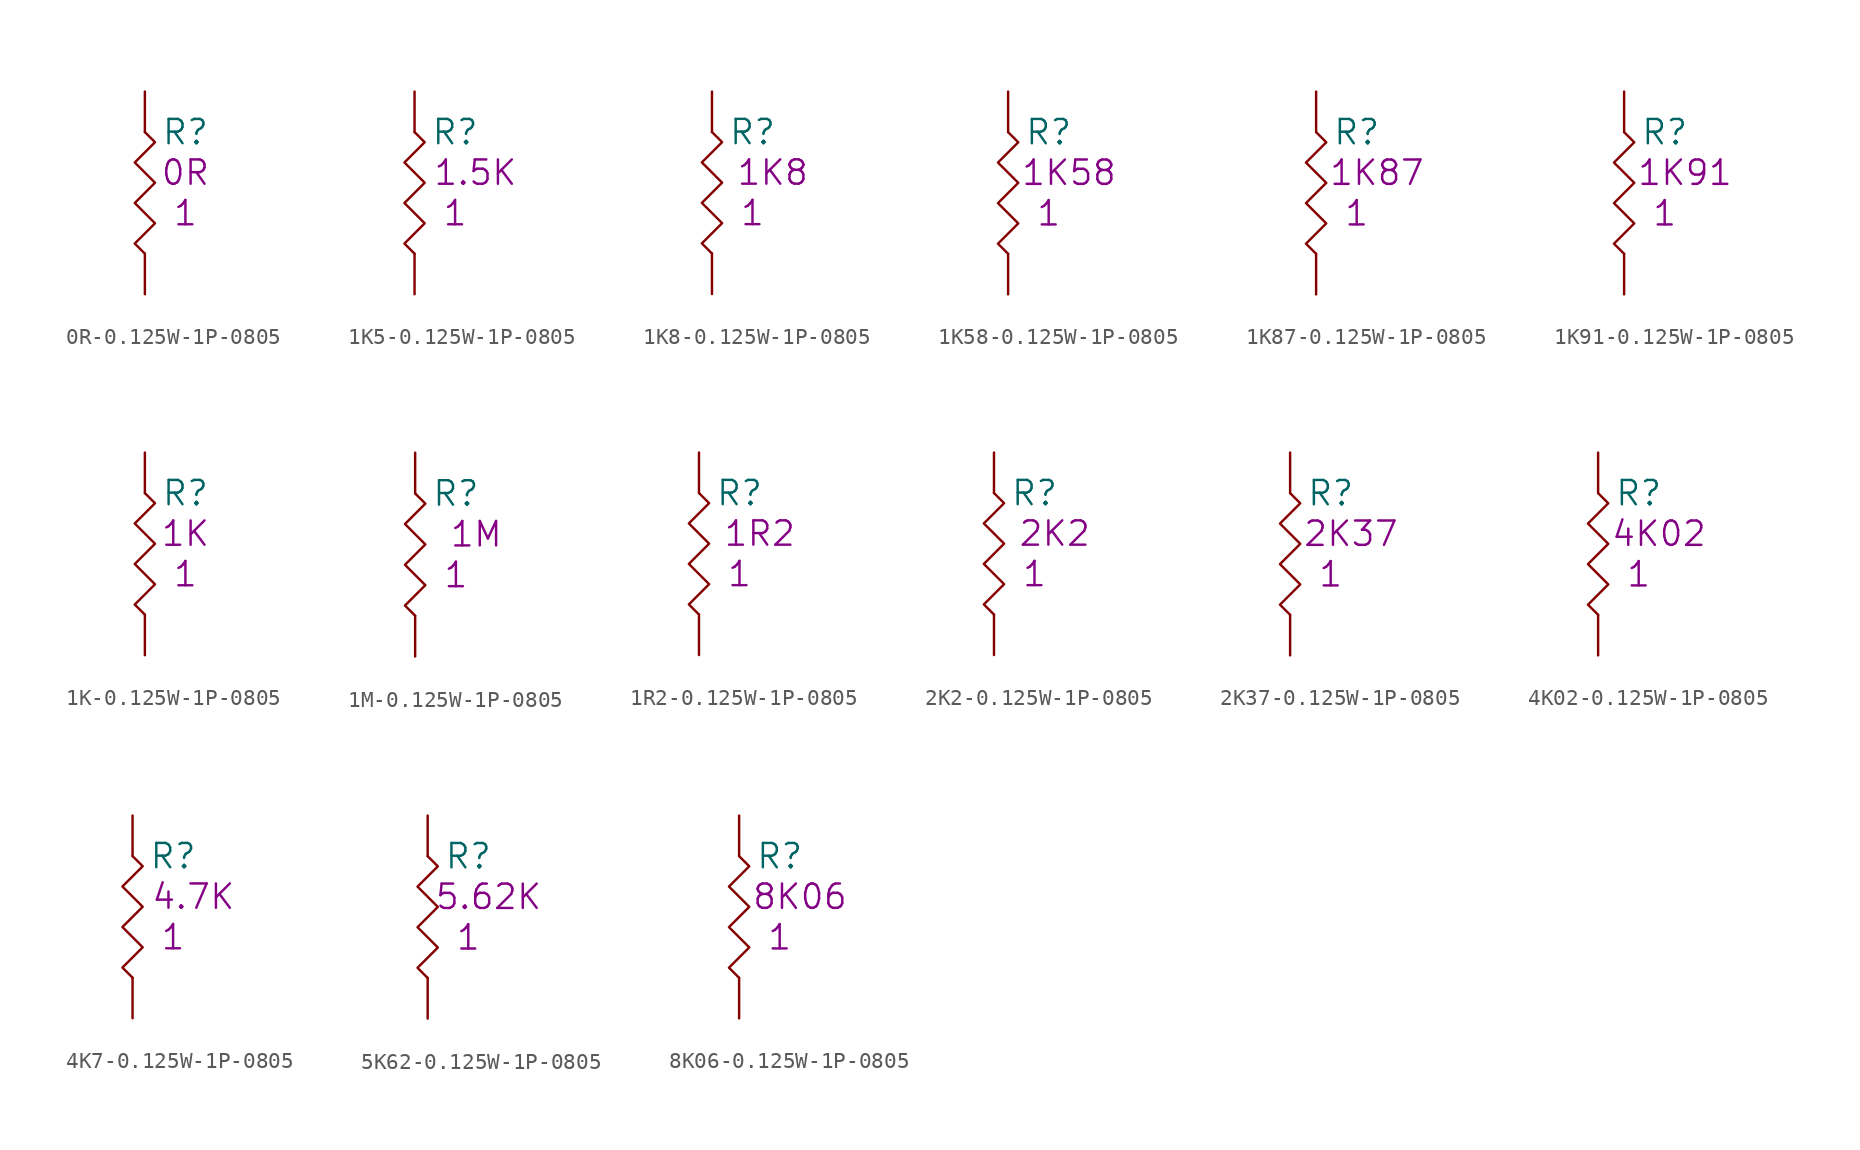
<source format=kicad_sym>
(kicad_symbol_lib
  (version 20201005)
  (generator kicad_symbol_editor)
  (symbol "0R-0.125W-1P-0805"
    (pin_numbers hide)
    (pin_names
      (offset 1.27) hide)
    (property "Reference" "R"
      (at 2.54 -2.54 0)
      (effects (font (size 1.524 1.524))))
    (property "Qty" "1"
      (at 2.54 -7.62 0)
      (effects (font (size 1.524 1.524))))
    (property "Desc1" "0R"
      (at 2.54 -5.08 0)
      (effects (font (size 1.524 1.524))))
    (symbol "0R-0.125W-1P-0805_0_1"
      (polyline (pts (xy 0 -2.54) (xy 0.635 -3.175) (xy -0.635 -4.445) (xy 0.635 -5.715) (xy -0.635 -6.985) (xy 0.635 -8.255) (xy -0.635 -9.525) (xy 0 -10.16)) (stroke (width 0)) (fill (type none))))
    (symbol "0R-0.125W-1P-0805_1_1"
      (pin passive line (at 0 0 270) (length 2.54) (name "1" (effects (font (size 1.27 1.27)))) (number "1" (effects (font (size 1.27 1.27)))))
      (pin passive line (at 0 -12.7 90) (length 2.54) (name "2" (effects (font (size 1.27 1.27)))) (number "2" (effects (font (size 1.27 1.27)))))))
  (symbol "1K5-0.125W-1P-0805"
    (pin_numbers hide)
    (pin_names
      (offset 1.27) hide)
    (property "Reference" "R"
      (at 2.54 -2.54 0)
      (effects (font (size 1.524 1.524))))
    (property "Qty" "1"
      (at 2.54 -7.62 0)
      (effects (font (size 1.524 1.524))))
    (property "Desc1" "1.5K"
      (at 3.81 -5.08 0)
      (effects (font (size 1.524 1.524))))
    (symbol "1K5-0.125W-1P-0805_0_1"
      (polyline (pts (xy 0 -2.54) (xy 0.635 -3.175) (xy -0.635 -4.445) (xy 0.635 -5.715) (xy -0.635 -6.985) (xy 0.635 -8.255) (xy -0.635 -9.525) (xy 0 -10.16)) (stroke (width 0)) (fill (type none))))
    (symbol "1K5-0.125W-1P-0805_1_1"
      (pin passive line (at 0 0 270) (length 2.54) (name "1" (effects (font (size 1.27 1.27)))) (number "1" (effects (font (size 1.27 1.27)))))
      (pin passive line (at 0 -12.7 90) (length 2.54) (name "2" (effects (font (size 1.27 1.27)))) (number "2" (effects (font (size 1.27 1.27)))))))
  (symbol "1K8-0.125W-1P-0805"
    (pin_numbers hide)
    (pin_names
      (offset 1.27) hide)
    (property "Reference" "R"
      (at 2.54 -2.54 0)
      (effects (font (size 1.524 1.524))))
    (property "Qty" "1"
      (at 2.54 -7.62 0)
      (effects (font (size 1.524 1.524))))
    (property "Desc1" "1K8"
      (at 3.81 -5.08 0)
      (effects (font (size 1.524 1.524))))
    (symbol "1K8-0.125W-1P-0805_0_1"
      (polyline (pts (xy 0 -2.54) (xy 0.635 -3.175) (xy -0.635 -4.445) (xy 0.635 -5.715) (xy -0.635 -6.985) (xy 0.635 -8.255) (xy -0.635 -9.525) (xy 0 -10.16)) (stroke (width 0)) (fill (type none))))
    (symbol "1K8-0.125W-1P-0805_1_1"
      (pin passive line (at 0 0 270) (length 2.54) (name "1" (effects (font (size 1.27 1.27)))) (number "1" (effects (font (size 1.27 1.27)))))
      (pin passive line (at 0 -12.7 90) (length 2.54) (name "2" (effects (font (size 1.27 1.27)))) (number "2" (effects (font (size 1.27 1.27)))))))
  (symbol "1K58-0.125W-1P-0805"
    (pin_numbers hide)
    (pin_names
      (offset 1.27) hide)
    (property "Reference" "R"
      (at 2.54 -2.54 0)
      (effects (font (size 1.524 1.524))))
    (property "Qty" "1"
      (at 2.54 -7.62 0)
      (effects (font (size 1.524 1.524))))
    (property "Desc1" "1K58"
      (at 3.81 -5.08 0)
      (effects (font (size 1.524 1.524))))
    (symbol "1K58-0.125W-1P-0805_0_1"
      (polyline (pts (xy 0 -2.54) (xy 0.635 -3.175) (xy -0.635 -4.445) (xy 0.635 -5.715) (xy -0.635 -6.985) (xy 0.635 -8.255) (xy -0.635 -9.525) (xy 0 -10.16)) (stroke (width 0)) (fill (type none))))
    (symbol "1K58-0.125W-1P-0805_1_1"
      (pin passive line (at 0 0 270) (length 2.54) (name "1" (effects (font (size 1.27 1.27)))) (number "1" (effects (font (size 1.27 1.27)))))
      (pin passive line (at 0 -12.7 90) (length 2.54) (name "2" (effects (font (size 1.27 1.27)))) (number "2" (effects (font (size 1.27 1.27)))))))
  (symbol "1K87-0.125W-1P-0805"
    (pin_numbers hide)
    (pin_names
      (offset 1.27) hide)
    (property "Reference" "R"
      (at 2.54 -2.54 0)
      (effects (font (size 1.524 1.524))))
    (property "Qty" "1"
      (at 2.54 -7.62 0)
      (effects (font (size 1.524 1.524))))
    (property "Desc1" "1K87"
      (at 3.81 -5.08 0)
      (effects (font (size 1.524 1.524))))
    (symbol "1K87-0.125W-1P-0805_0_1"
      (polyline (pts (xy 0 -2.54) (xy 0.635 -3.175) (xy -0.635 -4.445) (xy 0.635 -5.715) (xy -0.635 -6.985) (xy 0.635 -8.255) (xy -0.635 -9.525) (xy 0 -10.16)) (stroke (width 0)) (fill (type none))))
    (symbol "1K87-0.125W-1P-0805_1_1"
      (pin passive line (at 0 0 270) (length 2.54) (name "1" (effects (font (size 1.27 1.27)))) (number "1" (effects (font (size 1.27 1.27)))))
      (pin passive line (at 0 -12.7 90) (length 2.54) (name "2" (effects (font (size 1.27 1.27)))) (number "2" (effects (font (size 1.27 1.27)))))))
  (symbol "1K91-0.125W-1P-0805"
    (pin_numbers hide)
    (pin_names
      (offset 1.27) hide)
    (property "Reference" "R"
      (at 2.54 -2.54 0)
      (effects (font (size 1.524 1.524))))
    (property "Qty" "1"
      (at 2.54 -7.62 0)
      (effects (font (size 1.524 1.524))))
    (property "Desc1" "1K91"
      (at 3.81 -5.08 0)
      (effects (font (size 1.524 1.524))))
    (symbol "1K91-0.125W-1P-0805_0_1"
      (polyline (pts (xy 0 -2.54) (xy 0.635 -3.175) (xy -0.635 -4.445) (xy 0.635 -5.715) (xy -0.635 -6.985) (xy 0.635 -8.255) (xy -0.635 -9.525) (xy 0 -10.16)) (stroke (width 0)) (fill (type none))))
    (symbol "1K91-0.125W-1P-0805_1_1"
      (pin passive line (at 0 0 270) (length 2.54) (name "1" (effects (font (size 1.27 1.27)))) (number "1" (effects (font (size 1.27 1.27)))))
      (pin passive line (at 0 -12.7 90) (length 2.54) (name "2" (effects (font (size 1.27 1.27)))) (number "2" (effects (font (size 1.27 1.27)))))))
  (symbol "1K-0.125W-1P-0805"
    (pin_numbers hide)
    (pin_names
      (offset 1.27) hide)
    (property "Reference" "R"
      (at 2.54 -2.54 0)
      (effects (font (size 1.524 1.524))))
    (property "Qty" "1"
      (at 2.54 -7.62 0)
      (effects (font (size 1.524 1.524))))
    (property "Desc1" "1K"
      (at 2.54 -5.08 0)
      (effects (font (size 1.524 1.524))))
    (symbol "1K-0.125W-1P-0805_0_1"
      (polyline (pts (xy 0 -2.54) (xy 0.635 -3.175) (xy -0.635 -4.445) (xy 0.635 -5.715) (xy -0.635 -6.985) (xy 0.635 -8.255) (xy -0.635 -9.525) (xy 0 -10.16)) (stroke (width 0)) (fill (type none))))
    (symbol "1K-0.125W-1P-0805_1_1"
      (pin passive line (at 0 0 270) (length 2.54) (name "1" (effects (font (size 1.27 1.27)))) (number "1" (effects (font (size 1.27 1.27)))))
      (pin passive line (at 0 -12.7 90) (length 2.54) (name "2" (effects (font (size 1.27 1.27)))) (number "2" (effects (font (size 1.27 1.27)))))))
  (symbol "1M-0.125W-1P-0805"
    (pin_numbers hide)
    (pin_names
      (offset 1.27) hide)
    (property "Reference" "R"
      (at 2.54 -2.54 0)
      (effects (font (size 1.524 1.524))))
    (property "Qty" "1"
      (at 2.54 -7.62 0)
      (effects (font (size 1.524 1.524))))
    (property "Desc1" "1M"
      (at 3.81 -5.08 0)
      (effects (font (size 1.524 1.524))))
    (symbol "1M-0.125W-1P-0805_0_1"
      (polyline (pts (xy 0 -2.54) (xy 0.635 -3.175) (xy -0.635 -4.445) (xy 0.635 -5.715) (xy -0.635 -6.985) (xy 0.635 -8.255) (xy -0.635 -9.525) (xy 0 -10.16)) (stroke (width 0)) (fill (type none))))
    (symbol "1M-0.125W-1P-0805_1_1"
      (pin passive line (at 0 0 270) (length 2.54) (name "1" (effects (font (size 1.27 1.27)))) (number "1" (effects (font (size 1.27 1.27)))))
      (pin passive line (at 0 -12.7 90) (length 2.54) (name "2" (effects (font (size 1.27 1.27)))) (number "2" (effects (font (size 1.27 1.27)))))))
  (symbol "1R2-0.125W-1P-0805"
    (pin_numbers hide)
    (pin_names
      (offset 1.27) hide)
    (property "Reference" "R"
      (at 2.54 -2.54 0)
      (effects (font (size 1.524 1.524))))
    (property "Qty" "1"
      (at 2.54 -7.62 0)
      (effects (font (size 1.524 1.524))))
    (property "Desc1" "1R2"
      (at 3.81 -5.08 0)
      (effects (font (size 1.524 1.524))))
    (symbol "1R2-0.125W-1P-0805_0_1"
      (polyline (pts (xy 0 -2.54) (xy 0.635 -3.175) (xy -0.635 -4.445) (xy 0.635 -5.715) (xy -0.635 -6.985) (xy 0.635 -8.255) (xy -0.635 -9.525) (xy 0 -10.16)) (stroke (width 0)) (fill (type none))))
    (symbol "1R2-0.125W-1P-0805_1_1"
      (pin passive line (at 0 0 270) (length 2.54) (name "1" (effects (font (size 1.27 1.27)))) (number "1" (effects (font (size 1.27 1.27)))))
      (pin passive line (at 0 -12.7 90) (length 2.54) (name "2" (effects (font (size 1.27 1.27)))) (number "2" (effects (font (size 1.27 1.27)))))))
  (symbol "2K2-0.125W-1P-0805"
    (pin_numbers hide)
    (pin_names
      (offset 1.27) hide)
    (property "Reference" "R"
      (at 2.54 -2.54 0)
      (effects (font (size 1.524 1.524))))
    (property "Qty" "1"
      (at 2.54 -7.62 0)
      (effects (font (size 1.524 1.524))))
    (property "Desc1" "2K2"
      (at 3.81 -5.08 0)
      (effects (font (size 1.524 1.524))))
    (symbol "2K2-0.125W-1P-0805_0_1"
      (polyline (pts (xy 0 -2.54) (xy 0.635 -3.175) (xy -0.635 -4.445) (xy 0.635 -5.715) (xy -0.635 -6.985) (xy 0.635 -8.255) (xy -0.635 -9.525) (xy 0 -10.16)) (stroke (width 0)) (fill (type none))))
    (symbol "2K2-0.125W-1P-0805_1_1"
      (pin passive line (at 0 0 270) (length 2.54) (name "1" (effects (font (size 1.27 1.27)))) (number "1" (effects (font (size 1.27 1.27)))))
      (pin passive line (at 0 -12.7 90) (length 2.54) (name "2" (effects (font (size 1.27 1.27)))) (number "2" (effects (font (size 1.27 1.27)))))))
  (symbol "2K37-0.125W-1P-0805"
    (pin_numbers hide)
    (pin_names
      (offset 1.27) hide)
    (property "Reference" "R"
      (at 2.54 -2.54 0)
      (effects (font (size 1.524 1.524))))
    (property "Qty" "1"
      (at 2.54 -7.62 0)
      (effects (font (size 1.524 1.524))))
    (property "Desc1" "2K37"
      (at 3.81 -5.08 0)
      (effects (font (size 1.524 1.524))))
    (symbol "2K37-0.125W-1P-0805_0_1"
      (polyline (pts (xy 0 -2.54) (xy 0.635 -3.175) (xy -0.635 -4.445) (xy 0.635 -5.715) (xy -0.635 -6.985) (xy 0.635 -8.255) (xy -0.635 -9.525) (xy 0 -10.16)) (stroke (width 0)) (fill (type none))))
    (symbol "2K37-0.125W-1P-0805_1_1"
      (pin passive line (at 0 0 270) (length 2.54) (name "1" (effects (font (size 1.27 1.27)))) (number "1" (effects (font (size 1.27 1.27)))))
      (pin passive line (at 0 -12.7 90) (length 2.54) (name "2" (effects (font (size 1.27 1.27)))) (number "2" (effects (font (size 1.27 1.27)))))))
  (symbol "4K02-0.125W-1P-0805"
    (pin_numbers hide)
    (pin_names
      (offset 1.27) hide)
    (property "Reference" "R"
      (at 2.54 -2.54 0)
      (effects (font (size 1.524 1.524))))
    (property "Qty" "1"
      (at 2.54 -7.62 0)
      (effects (font (size 1.524 1.524))))
    (property "Desc1" "4K02"
      (at 3.81 -5.08 0)
      (effects (font (size 1.524 1.524))))
    (symbol "4K02-0.125W-1P-0805_0_1"
      (polyline (pts (xy 0 -2.54) (xy 0.635 -3.175) (xy -0.635 -4.445) (xy 0.635 -5.715) (xy -0.635 -6.985) (xy 0.635 -8.255) (xy -0.635 -9.525) (xy 0 -10.16)) (stroke (width 0)) (fill (type none))))
    (symbol "4K02-0.125W-1P-0805_1_1"
      (pin passive line (at 0 0 270) (length 2.54) (name "1" (effects (font (size 1.27 1.27)))) (number "1" (effects (font (size 1.27 1.27)))))
      (pin passive line (at 0 -12.7 90) (length 2.54) (name "2" (effects (font (size 1.27 1.27)))) (number "2" (effects (font (size 1.27 1.27)))))))
  (symbol "4K7-0.125W-1P-0805"
    (pin_numbers hide)
    (pin_names
      (offset 1.27) hide)
    (property "Reference" "R"
      (at 2.54 -2.54 0)
      (effects (font (size 1.524 1.524))))
    (property "Qty" "1"
      (at 2.54 -7.62 0)
      (effects (font (size 1.524 1.524))))
    (property "Desc1" "4.7K"
      (at 3.81 -5.08 0)
      (effects (font (size 1.524 1.524))))
    (symbol "4K7-0.125W-1P-0805_0_1"
      (polyline (pts (xy 0 -2.54) (xy 0.635 -3.175) (xy -0.635 -4.445) (xy 0.635 -5.715) (xy -0.635 -6.985) (xy 0.635 -8.255) (xy -0.635 -9.525) (xy 0 -10.16)) (stroke (width 0)) (fill (type none))))
    (symbol "4K7-0.125W-1P-0805_1_1"
      (pin passive line (at 0 0 270) (length 2.54) (name "1" (effects (font (size 1.27 1.27)))) (number "1" (effects (font (size 1.27 1.27)))))
      (pin passive line (at 0 -12.7 90) (length 2.54) (name "2" (effects (font (size 1.27 1.27)))) (number "2" (effects (font (size 1.27 1.27)))))))
  (symbol "5K62-0.125W-1P-0805"
    (pin_numbers hide)
    (pin_names
      (offset 1.27) hide)
    (property "Reference" "R"
      (at 2.54 -2.54 0)
      (effects (font (size 1.524 1.524))))
    (property "Qty" "1"
      (at 2.54 -7.62 0)
      (effects (font (size 1.524 1.524))))
    (property "Desc1" "5.62K"
      (at 3.81 -5.08 0)
      (effects (font (size 1.524 1.524))))
    (symbol "5K62-0.125W-1P-0805_0_1"
      (polyline (pts (xy 0 -2.54) (xy 0.635 -3.175) (xy -0.635 -4.445) (xy 0.635 -5.715) (xy -0.635 -6.985) (xy 0.635 -8.255) (xy -0.635 -9.525) (xy 0 -10.16)) (stroke (width 0)) (fill (type none))))
    (symbol "5K62-0.125W-1P-0805_1_1"
      (pin passive line (at 0 0 270) (length 2.54) (name "1" (effects (font (size 1.27 1.27)))) (number "1" (effects (font (size 1.27 1.27)))))
      (pin passive line (at 0 -12.7 90) (length 2.54) (name "2" (effects (font (size 1.27 1.27)))) (number "2" (effects (font (size 1.27 1.27)))))))
  (symbol "8K06-0.125W-1P-0805"
    (pin_numbers hide)
    (pin_names
      (offset 1.27) hide)
    (property "Reference" "R"
      (at 2.54 -2.54 0)
      (effects (font (size 1.524 1.524))))
    (property "Qty" "1"
      (at 2.54 -7.62 0)
      (effects (font (size 1.524 1.524))))
    (property "Desc1" "8K06"
      (at 3.81 -5.08 0)
      (effects (font (size 1.524 1.524))))
    (symbol "8K06-0.125W-1P-0805_0_1"
      (polyline (pts (xy 0 -2.54) (xy 0.635 -3.175) (xy -0.635 -4.445) (xy 0.635 -5.715) (xy -0.635 -6.985) (xy 0.635 -8.255) (xy -0.635 -9.525) (xy 0 -10.16)) (stroke (width 0)) (fill (type none))))
    (symbol "8K06-0.125W-1P-0805_1_1"
      (pin passive line (at 0 0 270) (length 2.54) (name "1" (effects (font (size 1.27 1.27)))) (number "1" (effects (font (size 1.27 1.27)))))
      (pin passive line (at 0 -12.7 90) (length 2.54) (name "2" (effects (font (size 1.27 1.27)))) (number "2" (effects (font (size 1.27 1.27))))))))
</source>
